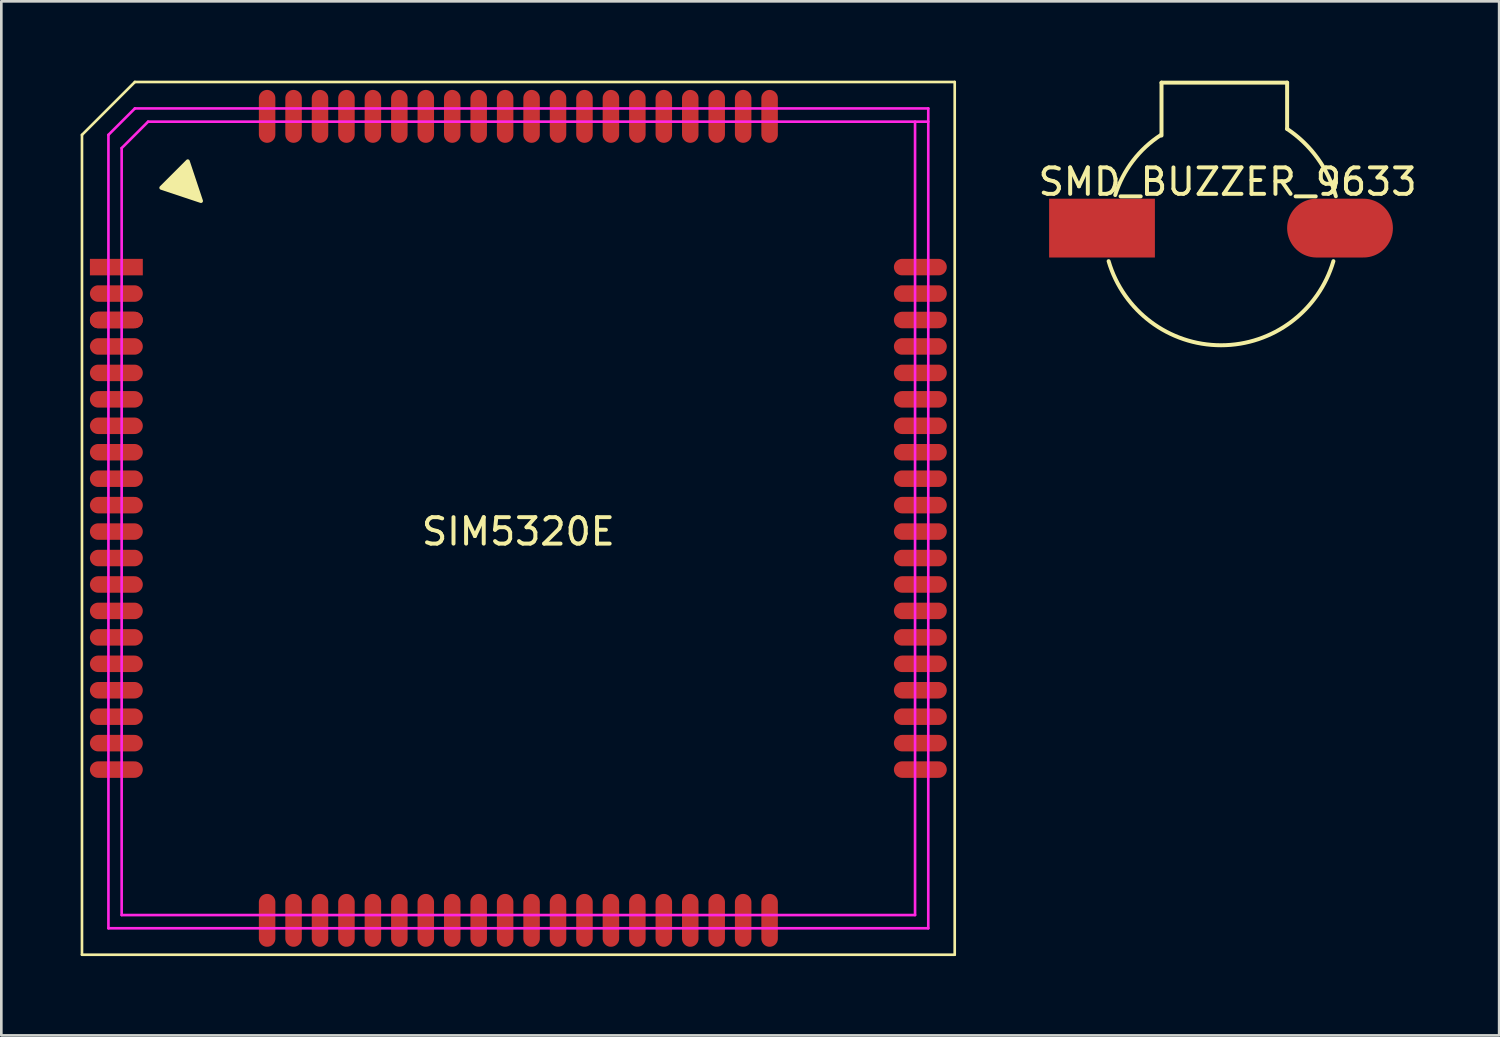
<source format=kicad_pcb>
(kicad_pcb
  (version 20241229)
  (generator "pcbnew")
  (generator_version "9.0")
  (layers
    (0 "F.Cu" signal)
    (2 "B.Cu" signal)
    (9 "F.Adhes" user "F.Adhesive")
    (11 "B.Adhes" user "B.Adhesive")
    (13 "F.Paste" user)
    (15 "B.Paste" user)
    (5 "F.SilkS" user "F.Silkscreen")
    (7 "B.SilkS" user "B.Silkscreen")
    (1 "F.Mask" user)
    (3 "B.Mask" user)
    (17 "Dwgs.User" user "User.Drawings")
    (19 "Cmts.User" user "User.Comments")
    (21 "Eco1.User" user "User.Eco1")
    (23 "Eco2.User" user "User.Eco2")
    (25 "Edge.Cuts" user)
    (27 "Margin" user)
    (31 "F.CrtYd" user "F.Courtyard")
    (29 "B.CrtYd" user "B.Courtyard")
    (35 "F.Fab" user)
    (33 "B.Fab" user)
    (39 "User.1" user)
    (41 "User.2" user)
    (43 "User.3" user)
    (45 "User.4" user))
  (footprint "SIM5320E"
    (layer "F.Cu")
    (at 16.55 16.55)
    (property "Reference" "SIM5320E" (at 0 0.5 0) (layer "F.SilkS") (effects (font (size 1 1) (thickness 0.15))))
    (attr through_hole)
    (fp_line (start -16.5 -14.5) (end -14.5 -16.5) (stroke (width 0.1) (type solid)) (layer "F.SilkS"))
    (fp_line (start -16.5 16.5) (end -16.5 -14.5) (stroke (width 0.1) (type solid)) (layer "F.SilkS"))
    (fp_line (start -14.5 -16.5) (end 16.5 -16.5) (stroke (width 0.1) (type solid)) (layer "F.SilkS"))
    (fp_line (start 16.5 -16.5) (end 16.5 16.5) (stroke (width 0.1) (type solid)) (layer "F.SilkS"))
    (fp_line (start 16.5 16.5) (end -16.5 16.5) (stroke (width 0.1) (type solid)) (layer "F.SilkS"))
    (fp_poly (pts (xy -13.5 -12.5) (xy -12.5 -13.5) (xy -12 -12)) (stroke (width 0.15) (type solid)) (fill yes) (layer "F.SilkS"))
    (fp_line (start -15.5 -14.5) (end -15.5 15.5) (stroke (width 0.1) (type solid)) (layer "F.CrtYd"))
    (fp_line (start -15.5 -14.5) (end -14.5 -15.5) (stroke (width 0.1) (type solid)) (layer "F.CrtYd"))
    (fp_line (start -15.5 15.5) (end 15.5 15.5) (stroke (width 0.1) (type solid)) (layer "F.CrtYd"))
    (fp_line (start -15 -14) (end -15 15) (stroke (width 0.1) (type solid)) (layer "F.CrtYd"))
    (fp_line (start -15 15) (end 15 15) (stroke (width 0.1) (type solid)) (layer "F.CrtYd"))
    (fp_line (start -14.5 -15.5) (end 15.5 -15.5) (stroke (width 0.1) (type solid)) (layer "F.CrtYd"))
    (fp_line (start -14 -15) (end -15 -14) (stroke (width 0.1) (type solid)) (layer "F.CrtYd"))
    (fp_line (start -14 -15) (end 15.5 -15) (stroke (width 0.1) (type solid)) (layer "F.CrtYd"))
    (fp_line (start 15 -15) (end 15 15) (stroke (width 0.1) (type solid)) (layer "F.CrtYd"))
    (fp_line (start 15.5 -15.5) (end 15.5 15.5) (stroke (width 0.1) (type solid)) (layer "F.CrtYd"))
    (pad "1" smd rect (at -15.2 -9.5 270) (size 0.624 2) (layers "F.Cu" "F.Mask" "F.Paste"))
    (pad "2" smd oval (at -15.2 -8.5 270) (size 0.624 2) (layers "F.Cu" "F.Mask" "F.Paste"))
    (pad "3" smd oval (at -15.2 -7.5 270) (size 0.624 2) (layers "F.Cu" "F.Mask" "F.Paste"))
    (pad "3" smd oval (at -15.2 -7.5 270) (size 0.624 2) (layers "F.Cu" "F.Mask" "F.Paste"))
    (pad "4" smd oval (at -15.2 -6.5 270) (size 0.624 2) (layers "F.Cu" "F.Mask" "F.Paste"))
    (pad "5" smd oval (at -15.2 -5.5 270) (size 0.624 2) (layers "F.Cu" "F.Mask" "F.Paste"))
    (pad "6" smd oval (at -15.2 -4.5 270) (size 0.624 2) (layers "F.Cu" "F.Mask" "F.Paste"))
    (pad "7" smd oval (at -15.2 -3.5 270) (size 0.624 2) (layers "F.Cu" "F.Mask" "F.Paste"))
    (pad "8" smd oval (at -15.2 -2.5 270) (size 0.624 2) (layers "F.Cu" "F.Mask" "F.Paste"))
    (pad "9" smd oval (at -15.2 -1.5 270) (size 0.624 2) (layers "F.Cu" "F.Mask" "F.Paste"))
    (pad "10" smd oval (at -15.2 -0.5 270) (size 0.624 2) (layers "F.Cu" "F.Mask" "F.Paste"))
    (pad "11" smd oval (at -15.2 0.5 270) (size 0.624 2) (layers "F.Cu" "F.Mask" "F.Paste"))
    (pad "12" smd oval (at -15.2 1.5 270) (size 0.624 2) (layers "F.Cu" "F.Mask" "F.Paste"))
    (pad "13" smd oval (at -15.2 2.5 270) (size 0.624 2) (layers "F.Cu" "F.Mask" "F.Paste"))
    (pad "14" smd oval (at -15.2 3.5 270) (size 0.624 2) (layers "F.Cu" "F.Mask" "F.Paste"))
    (pad "15" smd oval (at -15.2 4.5 270) (size 0.624 2) (layers "F.Cu" "F.Mask" "F.Paste"))
    (pad "16" smd oval (at -15.2 5.5 270) (size 0.624 2) (layers "F.Cu" "F.Mask" "F.Paste"))
    (pad "17" smd oval (at -15.2 6.5 270) (size 0.624 2) (layers "F.Cu" "F.Mask" "F.Paste"))
    (pad "18" smd oval (at -15.2 7.5 270) (size 0.624 2) (layers "F.Cu" "F.Mask" "F.Paste"))
    (pad "19" smd oval (at -15.2 8.5 270) (size 0.624 2) (layers "F.Cu" "F.Mask" "F.Paste"))
    (pad "20" smd oval (at -15.2 9.5 270) (size 0.624 2) (layers "F.Cu" "F.Mask" "F.Paste"))
    (pad "21" smd oval (at -9.5 15.2) (size 0.624 2) (layers "F.Cu" "F.Mask" "F.Paste"))
    (pad "22" smd oval (at -8.5 15.2) (size 0.624 2) (layers "F.Cu" "F.Mask" "F.Paste"))
    (pad "23" smd oval (at -7.5 15.2) (size 0.624 2) (layers "F.Cu" "F.Mask" "F.Paste"))
    (pad "24" smd oval (at -6.5 15.2) (size 0.624 2) (layers "F.Cu" "F.Mask" "F.Paste"))
    (pad "25" smd oval (at -5.5 15.2) (size 0.624 2) (layers "F.Cu" "F.Mask" "F.Paste"))
    (pad "26" smd oval (at -4.5 15.2) (size 0.624 2) (layers "F.Cu" "F.Mask" "F.Paste"))
    (pad "27" smd oval (at -3.5 15.2) (size 0.624 2) (layers "F.Cu" "F.Mask" "F.Paste"))
    (pad "28" smd oval (at -2.5 15.2) (size 0.624 2) (layers "F.Cu" "F.Mask" "F.Paste"))
    (pad "29" smd oval (at -1.5 15.2) (size 0.624 2) (layers "F.Cu" "F.Mask" "F.Paste"))
    (pad "30" smd oval (at -0.5 15.2) (size 0.624 2) (layers "F.Cu" "F.Mask" "F.Paste"))
    (pad "31" smd oval (at 0.5 15.2) (size 0.624 2) (layers "F.Cu" "F.Mask" "F.Paste"))
    (pad "32" smd oval (at 1.5 15.2) (size 0.624 2) (layers "F.Cu" "F.Mask" "F.Paste"))
    (pad "33" smd oval (at 2.5 15.2) (size 0.624 2) (layers "F.Cu" "F.Mask" "F.Paste"))
    (pad "34" smd oval (at 3.5 15.2) (size 0.624 2) (layers "F.Cu" "F.Mask" "F.Paste"))
    (pad "35" smd oval (at 4.5 15.2) (size 0.624 2) (layers "F.Cu" "F.Mask" "F.Paste"))
    (pad "36" smd oval (at 5.5 15.2) (size 0.624 2) (layers "F.Cu" "F.Mask" "F.Paste"))
    (pad "37" smd oval (at 6.5 15.2) (size 0.624 2) (layers "F.Cu" "F.Mask" "F.Paste"))
    (pad "38" smd oval (at 7.5 15.2) (size 0.624 2) (layers "F.Cu" "F.Mask" "F.Paste"))
    (pad "39" smd oval (at 8.5 15.2) (size 0.624 2) (layers "F.Cu" "F.Mask" "F.Paste"))
    (pad "40" smd oval (at 9.5 15.2) (size 0.624 2) (layers "F.Cu" "F.Mask" "F.Paste"))
    (pad "41" smd oval (at 15.2 9.5 90) (size 0.624 2) (layers "F.Cu" "F.Mask" "F.Paste"))
    (pad "42" smd oval (at 15.2 8.5 90) (size 0.624 2) (layers "F.Cu" "F.Mask" "F.Paste"))
    (pad "43" smd oval (at 15.2 7.5 90) (size 0.624 2) (layers "F.Cu" "F.Mask" "F.Paste"))
    (pad "44" smd oval (at 15.2 6.5 90) (size 0.624 2) (layers "F.Cu" "F.Mask" "F.Paste"))
    (pad "45" smd oval (at 15.2 5.5 90) (size 0.624 2) (layers "F.Cu" "F.Mask" "F.Paste"))
    (pad "46" smd oval (at 15.2 4.5 90) (size 0.624 2) (layers "F.Cu" "F.Mask" "F.Paste"))
    (pad "47" smd oval (at 15.2 3.5 90) (size 0.624 2) (layers "F.Cu" "F.Mask" "F.Paste"))
    (pad "48" smd oval (at 15.2 2.5 90) (size 0.624 2) (layers "F.Cu" "F.Mask" "F.Paste"))
    (pad "49" smd oval (at 15.2 1.5 90) (size 0.624 2) (layers "F.Cu" "F.Mask" "F.Paste"))
    (pad "50" smd oval (at 15.2 0.5 90) (size 0.624 2) (layers "F.Cu" "F.Mask" "F.Paste"))
    (pad "51" smd oval (at 15.2 -0.5 90) (size 0.624 2) (layers "F.Cu" "F.Mask" "F.Paste"))
    (pad "52" smd oval (at 15.2 -1.5 90) (size 0.624 2) (layers "F.Cu" "F.Mask" "F.Paste"))
    (pad "53" smd oval (at 15.2 -2.5 90) (size 0.624 2) (layers "F.Cu" "F.Mask" "F.Paste"))
    (pad "54" smd oval (at 15.2 -3.5 90) (size 0.624 2) (layers "F.Cu" "F.Mask" "F.Paste"))
    (pad "55" smd oval (at 15.2 -4.5 90) (size 0.624 2) (layers "F.Cu" "F.Mask" "F.Paste"))
    (pad "56" smd oval (at 15.2 -5.5 90) (size 0.624 2) (layers "F.Cu" "F.Mask" "F.Paste"))
    (pad "57" smd oval (at 15.2 -6.5 90) (size 0.624 2) (layers "F.Cu" "F.Mask" "F.Paste"))
    (pad "58" smd oval (at 15.2 -7.5 90) (size 0.624 2) (layers "F.Cu" "F.Mask" "F.Paste"))
    (pad "59" smd oval (at 15.2 -8.5 90) (size 0.624 2) (layers "F.Cu" "F.Mask" "F.Paste"))
    (pad "60" smd oval (at 15.2 -9.5 90) (size 0.624 2) (layers "F.Cu" "F.Mask" "F.Paste"))
    (pad "61" smd oval (at 9.5 -15.2 180) (size 0.624 2) (layers "F.Cu" "F.Mask" "F.Paste"))
    (pad "62" smd oval (at 8.5 -15.2 180) (size 0.624 2) (layers "F.Cu" "F.Mask" "F.Paste"))
    (pad "63" smd oval (at 7.5 -15.2 180) (size 0.624 2) (layers "F.Cu" "F.Mask" "F.Paste"))
    (pad "64" smd oval (at 6.5 -15.2 180) (size 0.624 2) (layers "F.Cu" "F.Mask" "F.Paste"))
    (pad "65" smd oval (at 5.5 -15.2 180) (size 0.624 2) (layers "F.Cu" "F.Mask" "F.Paste"))
    (pad "66" smd oval (at 4.5 -15.2 180) (size 0.624 2) (layers "F.Cu" "F.Mask" "F.Paste"))
    (pad "67" smd oval (at 3.5 -15.2 180) (size 0.624 2) (layers "F.Cu" "F.Mask" "F.Paste"))
    (pad "68" smd oval (at 2.5 -15.2 180) (size 0.624 2) (layers "F.Cu" "F.Mask" "F.Paste"))
    (pad "69" smd oval (at 1.5 -15.2 180) (size 0.624 2) (layers "F.Cu" "F.Mask" "F.Paste"))
    (pad "70" smd oval (at 0.5 -15.2 180) (size 0.624 2) (layers "F.Cu" "F.Mask" "F.Paste"))
    (pad "71" smd oval (at -0.5 -15.2 180) (size 0.624 2) (layers "F.Cu" "F.Mask" "F.Paste"))
    (pad "72" smd oval (at -1.5 -15.2 180) (size 0.624 2) (layers "F.Cu" "F.Mask" "F.Paste"))
    (pad "73" smd oval (at -2.5 -15.2 180) (size 0.624 2) (layers "F.Cu" "F.Mask" "F.Paste"))
    (pad "74" smd oval (at -3.5 -15.2 180) (size 0.624 2) (layers "F.Cu" "F.Mask" "F.Paste"))
    (pad "75" smd oval (at -4.5 -15.2 180) (size 0.624 2) (layers "F.Cu" "F.Mask" "F.Paste"))
    (pad "76" smd oval (at -5.5 -15.2 180) (size 0.624 2) (layers "F.Cu" "F.Mask" "F.Paste"))
    (pad "77" smd oval (at -6.5 -15.2 180) (size 0.624 2) (layers "F.Cu" "F.Mask" "F.Paste"))
    (pad "78" smd oval (at -7.5 -15.2 180) (size 0.624 2) (layers "F.Cu" "F.Mask" "F.Paste"))
    (pad "79" smd oval (at -8.5 -15.2 180) (size 0.624 2) (layers "F.Cu" "F.Mask" "F.Paste"))
    (pad "80" smd oval (at -9.5 -15.2 180) (size 0.624 2) (layers "F.Cu" "F.Mask" "F.Paste")))
  (footprint "SMD_BUZZER_9633"
    (layer "F.Cu")
    (at 43.119 5.575)
    (property "Reference" "SMD_BUZZER_9633" (at 0.249 -1.75 0) (layer "F.SilkS") (effects (font (size 1 1) (thickness 0.15))))
    (attr through_hole)
    (fp_line (start -2.25 -5.5) (end 2.5 -5.5) (stroke (width 0.15) (type solid)) (layer "F.SilkS"))
    (fp_line (start -2.25 -3.5) (end -2.25 -5.5) (stroke (width 0.15) (type solid)) (layer "F.SilkS"))
    (fp_line (start 2.5 -5.5) (end 2.5 -3.75) (stroke (width 0.15) (type solid)) (layer "F.SilkS"))
    (fp_arc (start -4 -1.25) (mid -3.333225 -2.540101) (end -2.266187 -3.52518) (stroke (width 0.15) (type solid)) (layer "F.SilkS"))
    (fp_arc (start 2.5 -3.75) (mid 3.650023 -2.643829) (end 4.342517 -1.206254) (stroke (width 0.15) (type solid)) (layer "F.SilkS"))
    (fp_arc (start 4.25 1.25) (mid 0 4.430011) (end -4.25 1.249999) (stroke (width 0.15) (type solid)) (layer "F.SilkS"))
    (pad "1" smd rect (at -4.5 0) (size 4 2.224) (layers "F.Cu" "F.Mask" "F.Paste"))
    (pad "2" smd oval (at 4.5 0) (size 4 2.224) (layers "F.Cu" "F.Mask" "F.Paste")))
  (gr_rect
    (start -3 -3)
    (end 53.636 36.1)
    (stroke (width 0.1) (type default))
    (fill no)
    (layer "Edge.Cuts")))
</source>
